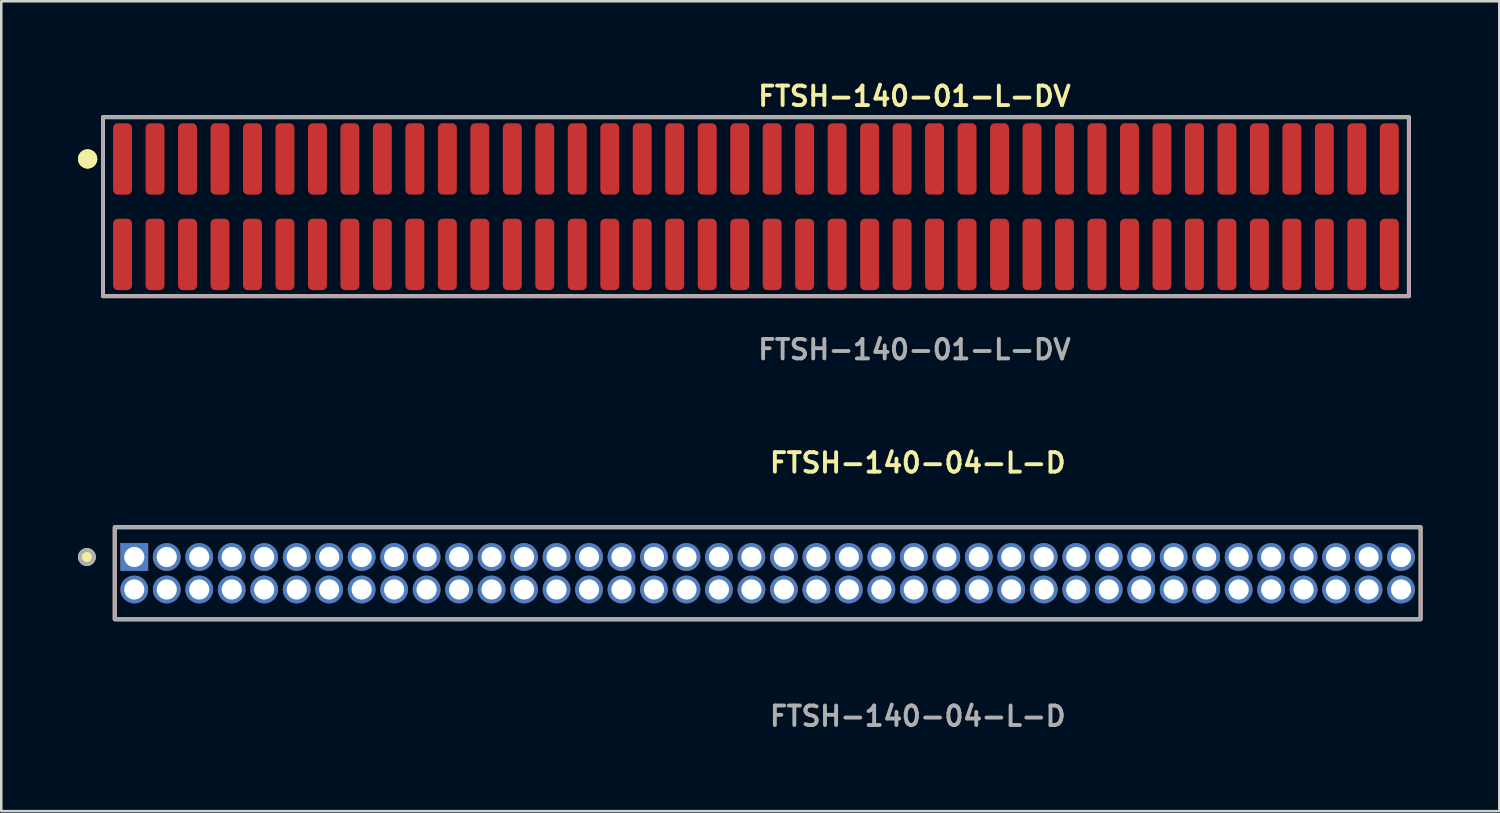
<source format=kicad_pcb>
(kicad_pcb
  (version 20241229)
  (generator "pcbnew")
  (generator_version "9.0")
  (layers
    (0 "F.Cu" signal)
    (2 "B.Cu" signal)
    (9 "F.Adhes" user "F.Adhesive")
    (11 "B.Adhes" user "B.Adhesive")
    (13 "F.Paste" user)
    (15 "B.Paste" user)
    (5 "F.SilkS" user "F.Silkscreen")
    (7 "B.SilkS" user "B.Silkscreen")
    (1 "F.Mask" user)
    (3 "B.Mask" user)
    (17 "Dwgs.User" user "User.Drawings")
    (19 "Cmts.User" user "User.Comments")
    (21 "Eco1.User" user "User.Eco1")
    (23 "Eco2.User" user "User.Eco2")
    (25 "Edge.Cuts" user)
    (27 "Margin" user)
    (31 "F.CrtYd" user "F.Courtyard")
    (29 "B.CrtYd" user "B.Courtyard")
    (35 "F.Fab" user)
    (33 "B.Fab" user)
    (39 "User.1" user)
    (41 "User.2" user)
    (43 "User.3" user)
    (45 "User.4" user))
  (footprint "FTSH-140-04-L-D"
    (layer "F.Cu")
    (at 26.965 19.364)
    (property "Reference" "FTSH-140-04-L-D" (at 0 -4.318 0) (unlocked yes) (layer "F.SilkS") (effects (font (size 0.762 0.762) (thickness 0.152)) (justify left)))
    (fp_rect (start -25.53 1.8) (end 25.53 -1.8) (stroke (width 0.152) (type solid)) (fill no) (layer "F.SilkS"))
    (fp_circle (center -26.617 -0.635) (end -26.889 -0.635) (stroke (width 0.152) (type solid)) (fill yes) (layer "F.SilkS"))
    (fp_rect (start -25.53 1.8) (end 25.53 -1.8) (stroke (width 0.006) (type solid)) (fill no) (layer "F.CrtYd"))
    (fp_rect (start -25.53 1.8) (end 25.53 -1.8) (stroke (width 0.152) (type solid)) (fill no) (layer "F.Fab"))
    (fp_circle (center -26.617 -0.635) (end -26.889 -0.635) (stroke (width 0.152) (type solid)) (fill no) (layer "F.Fab"))
    (fp_text user "${REFERENCE}" (at 0 5.588 0) (unlocked yes) (layer "F.Fab") (effects (font (size 0.762 0.762) (thickness 0.152)) (justify left)))
    (pad "1" thru_hole rect (at -24.765 -0.635) (size 1.087 1.087) (drill 0.787) (layers "*.Cu" "*.Mask"))
    (pad "2" thru_hole circle (at -24.765 0.635) (size 1.087 1.087) (drill 0.787) (layers "*.Cu" "*.Mask"))
    (pad "3" thru_hole circle (at -23.495 -0.635) (size 1.087 1.087) (drill 0.787) (layers "*.Cu" "*.Mask"))
    (pad "4" thru_hole circle (at -23.495 0.635) (size 1.087 1.087) (drill 0.787) (layers "*.Cu" "*.Mask"))
    (pad "5" thru_hole circle (at -22.225 -0.635) (size 1.087 1.087) (drill 0.787) (layers "*.Cu" "*.Mask"))
    (pad "6" thru_hole circle (at -22.225 0.635) (size 1.087 1.087) (drill 0.787) (layers "*.Cu" "*.Mask"))
    (pad "7" thru_hole circle (at -20.955 -0.635) (size 1.087 1.087) (drill 0.787) (layers "*.Cu" "*.Mask"))
    (pad "8" thru_hole circle (at -20.955 0.635) (size 1.087 1.087) (drill 0.787) (layers "*.Cu" "*.Mask"))
    (pad "9" thru_hole circle (at -19.685 -0.635) (size 1.087 1.087) (drill 0.787) (layers "*.Cu" "*.Mask"))
    (pad "10" thru_hole circle (at -19.685 0.635) (size 1.087 1.087) (drill 0.787) (layers "*.Cu" "*.Mask"))
    (pad "11" thru_hole circle (at -18.415 -0.635) (size 1.087 1.087) (drill 0.787) (layers "*.Cu" "*.Mask"))
    (pad "12" thru_hole circle (at -18.415 0.635) (size 1.087 1.087) (drill 0.787) (layers "*.Cu" "*.Mask"))
    (pad "13" thru_hole circle (at -17.145 -0.635) (size 1.087 1.087) (drill 0.787) (layers "*.Cu" "*.Mask"))
    (pad "14" thru_hole circle (at -17.145 0.635) (size 1.087 1.087) (drill 0.787) (layers "*.Cu" "*.Mask"))
    (pad "15" thru_hole circle (at -15.875 -0.635) (size 1.087 1.087) (drill 0.787) (layers "*.Cu" "*.Mask"))
    (pad "16" thru_hole circle (at -15.875 0.635) (size 1.087 1.087) (drill 0.787) (layers "*.Cu" "*.Mask"))
    (pad "17" thru_hole circle (at -14.605 -0.635) (size 1.087 1.087) (drill 0.787) (layers "*.Cu" "*.Mask"))
    (pad "18" thru_hole circle (at -14.605 0.635) (size 1.087 1.087) (drill 0.787) (layers "*.Cu" "*.Mask"))
    (pad "19" thru_hole circle (at -13.335 -0.635) (size 1.087 1.087) (drill 0.787) (layers "*.Cu" "*.Mask"))
    (pad "20" thru_hole circle (at -13.335 0.635) (size 1.087 1.087) (drill 0.787) (layers "*.Cu" "*.Mask"))
    (pad "21" thru_hole circle (at -12.065 -0.635) (size 1.087 1.087) (drill 0.787) (layers "*.Cu" "*.Mask"))
    (pad "22" thru_hole circle (at -12.065 0.635) (size 1.087 1.087) (drill 0.787) (layers "*.Cu" "*.Mask"))
    (pad "23" thru_hole circle (at -10.795 -0.635) (size 1.087 1.087) (drill 0.787) (layers "*.Cu" "*.Mask"))
    (pad "24" thru_hole circle (at -10.795 0.635) (size 1.087 1.087) (drill 0.787) (layers "*.Cu" "*.Mask"))
    (pad "25" thru_hole circle (at -9.525 -0.635) (size 1.087 1.087) (drill 0.787) (layers "*.Cu" "*.Mask"))
    (pad "26" thru_hole circle (at -9.525 0.635) (size 1.087 1.087) (drill 0.787) (layers "*.Cu" "*.Mask"))
    (pad "27" thru_hole circle (at -8.255 -0.635) (size 1.087 1.087) (drill 0.787) (layers "*.Cu" "*.Mask"))
    (pad "28" thru_hole circle (at -8.255 0.635) (size 1.087 1.087) (drill 0.787) (layers "*.Cu" "*.Mask"))
    (pad "29" thru_hole circle (at -6.985 -0.635) (size 1.087 1.087) (drill 0.787) (layers "*.Cu" "*.Mask"))
    (pad "30" thru_hole circle (at -6.985 0.635) (size 1.087 1.087) (drill 0.787) (layers "*.Cu" "*.Mask"))
    (pad "31" thru_hole circle (at -5.715 -0.635) (size 1.087 1.087) (drill 0.787) (layers "*.Cu" "*.Mask"))
    (pad "32" thru_hole circle (at -5.715 0.635) (size 1.087 1.087) (drill 0.787) (layers "*.Cu" "*.Mask"))
    (pad "33" thru_hole circle (at -4.445 -0.635) (size 1.087 1.087) (drill 0.787) (layers "*.Cu" "*.Mask"))
    (pad "34" thru_hole circle (at -4.445 0.635) (size 1.087 1.087) (drill 0.787) (layers "*.Cu" "*.Mask"))
    (pad "35" thru_hole circle (at -3.175 -0.635) (size 1.087 1.087) (drill 0.787) (layers "*.Cu" "*.Mask"))
    (pad "36" thru_hole circle (at -3.175 0.635) (size 1.087 1.087) (drill 0.787) (layers "*.Cu" "*.Mask"))
    (pad "37" thru_hole circle (at -1.905 -0.635) (size 1.087 1.087) (drill 0.787) (layers "*.Cu" "*.Mask"))
    (pad "38" thru_hole circle (at -1.905 0.635) (size 1.087 1.087) (drill 0.787) (layers "*.Cu" "*.Mask"))
    (pad "39" thru_hole circle (at -0.635 -0.635) (size 1.087 1.087) (drill 0.787) (layers "*.Cu" "*.Mask"))
    (pad "40" thru_hole circle (at -0.635 0.635) (size 1.087 1.087) (drill 0.787) (layers "*.Cu" "*.Mask"))
    (pad "41" thru_hole circle (at 0.635 -0.635) (size 1.087 1.087) (drill 0.787) (layers "*.Cu" "*.Mask"))
    (pad "42" thru_hole circle (at 0.635 0.635) (size 1.087 1.087) (drill 0.787) (layers "*.Cu" "*.Mask"))
    (pad "43" thru_hole circle (at 1.905 -0.635) (size 1.087 1.087) (drill 0.787) (layers "*.Cu" "*.Mask"))
    (pad "44" thru_hole circle (at 1.905 0.635) (size 1.087 1.087) (drill 0.787) (layers "*.Cu" "*.Mask"))
    (pad "45" thru_hole circle (at 3.175 -0.635) (size 1.087 1.087) (drill 0.787) (layers "*.Cu" "*.Mask"))
    (pad "46" thru_hole circle (at 3.175 0.635) (size 1.087 1.087) (drill 0.787) (layers "*.Cu" "*.Mask"))
    (pad "47" thru_hole circle (at 4.445 -0.635) (size 1.087 1.087) (drill 0.787) (layers "*.Cu" "*.Mask"))
    (pad "48" thru_hole circle (at 4.445 0.635) (size 1.087 1.087) (drill 0.787) (layers "*.Cu" "*.Mask"))
    (pad "49" thru_hole circle (at 5.715 -0.635) (size 1.087 1.087) (drill 0.787) (layers "*.Cu" "*.Mask"))
    (pad "50" thru_hole circle (at 5.715 0.635) (size 1.087 1.087) (drill 0.787) (layers "*.Cu" "*.Mask"))
    (pad "51" thru_hole circle (at 6.985 -0.635) (size 1.087 1.087) (drill 0.787) (layers "*.Cu" "*.Mask"))
    (pad "52" thru_hole circle (at 6.985 0.635) (size 1.087 1.087) (drill 0.787) (layers "*.Cu" "*.Mask"))
    (pad "53" thru_hole circle (at 8.255 -0.635) (size 1.087 1.087) (drill 0.787) (layers "*.Cu" "*.Mask"))
    (pad "54" thru_hole circle (at 8.255 0.635) (size 1.087 1.087) (drill 0.787) (layers "*.Cu" "*.Mask"))
    (pad "55" thru_hole circle (at 9.525 -0.635) (size 1.087 1.087) (drill 0.787) (layers "*.Cu" "*.Mask"))
    (pad "56" thru_hole circle (at 9.525 0.635) (size 1.087 1.087) (drill 0.787) (layers "*.Cu" "*.Mask"))
    (pad "57" thru_hole circle (at 10.795 -0.635) (size 1.087 1.087) (drill 0.787) (layers "*.Cu" "*.Mask"))
    (pad "58" thru_hole circle (at 10.795 0.635) (size 1.087 1.087) (drill 0.787) (layers "*.Cu" "*.Mask"))
    (pad "59" thru_hole circle (at 12.065 -0.635) (size 1.087 1.087) (drill 0.787) (layers "*.Cu" "*.Mask"))
    (pad "60" thru_hole circle (at 12.065 0.635) (size 1.087 1.087) (drill 0.787) (layers "*.Cu" "*.Mask"))
    (pad "61" thru_hole circle (at 13.335 -0.635) (size 1.087 1.087) (drill 0.787) (layers "*.Cu" "*.Mask"))
    (pad "62" thru_hole circle (at 13.335 0.635) (size 1.087 1.087) (drill 0.787) (layers "*.Cu" "*.Mask"))
    (pad "63" thru_hole circle (at 14.605 -0.635) (size 1.087 1.087) (drill 0.787) (layers "*.Cu" "*.Mask"))
    (pad "64" thru_hole circle (at 14.605 0.635) (size 1.087 1.087) (drill 0.787) (layers "*.Cu" "*.Mask"))
    (pad "65" thru_hole circle (at 15.875 -0.635) (size 1.087 1.087) (drill 0.787) (layers "*.Cu" "*.Mask"))
    (pad "66" thru_hole circle (at 15.875 0.635) (size 1.087 1.087) (drill 0.787) (layers "*.Cu" "*.Mask"))
    (pad "67" thru_hole circle (at 17.145 -0.635) (size 1.087 1.087) (drill 0.787) (layers "*.Cu" "*.Mask"))
    (pad "68" thru_hole circle (at 17.145 0.635) (size 1.087 1.087) (drill 0.787) (layers "*.Cu" "*.Mask"))
    (pad "69" thru_hole circle (at 18.415 -0.635) (size 1.087 1.087) (drill 0.787) (layers "*.Cu" "*.Mask"))
    (pad "70" thru_hole circle (at 18.415 0.635) (size 1.087 1.087) (drill 0.787) (layers "*.Cu" "*.Mask"))
    (pad "71" thru_hole circle (at 19.685 -0.635) (size 1.087 1.087) (drill 0.787) (layers "*.Cu" "*.Mask"))
    (pad "72" thru_hole circle (at 19.685 0.635) (size 1.087 1.087) (drill 0.787) (layers "*.Cu" "*.Mask"))
    (pad "73" thru_hole circle (at 20.955 -0.635) (size 1.087 1.087) (drill 0.787) (layers "*.Cu" "*.Mask"))
    (pad "74" thru_hole circle (at 20.955 0.635) (size 1.087 1.087) (drill 0.787) (layers "*.Cu" "*.Mask"))
    (pad "75" thru_hole circle (at 22.225 -0.635) (size 1.087 1.087) (drill 0.787) (layers "*.Cu" "*.Mask"))
    (pad "76" thru_hole circle (at 22.225 0.635) (size 1.087 1.087) (drill 0.787) (layers "*.Cu" "*.Mask"))
    (pad "77" thru_hole circle (at 23.495 -0.635) (size 1.087 1.087) (drill 0.787) (layers "*.Cu" "*.Mask"))
    (pad "78" thru_hole circle (at 23.495 0.635) (size 1.087 1.087) (drill 0.787) (layers "*.Cu" "*.Mask"))
    (pad "79" thru_hole circle (at 24.765 -0.635) (size 1.087 1.087) (drill 0.787) (layers "*.Cu" "*.Mask"))
    (pad "80" thru_hole circle (at 24.765 0.635) (size 1.087 1.087) (drill 0.787) (layers "*.Cu" "*.Mask")))
  (footprint "FTSH-140-01-L-DV"
    (layer "F.Cu")
    (at 26.506 5.031)
    (property "Reference" "FTSH-140-01-L-DV" (at 0 -4.318 0) (unlocked yes) (layer "F.SilkS") (effects (font (size 0.762 0.762) (thickness 0.152)) (justify left)))
    (fp_rect (start -25.53 3.5) (end 25.53 -3.5) (stroke (width 0.152) (type solid)) (fill no) (layer "F.SilkS"))
    (fp_circle (center -26.13 -1.867) (end -26.43 -1.867) (stroke (width 0.152) (type solid)) (fill yes) (layer "F.SilkS"))
    (fp_circle (center -26.13 -1.867) (end -26.43 -1.867) (stroke (width 0.152) (type solid)) (fill yes) (layer "F.SilkS"))
    (fp_rect (start -25.53 3.5) (end 25.53 -3.5) (stroke (width 0.006) (type solid)) (fill no) (layer "F.CrtYd"))
    (fp_rect (start -25.53 3.5) (end 25.53 -3.5) (stroke (width 0.152) (type solid)) (fill no) (layer "F.Fab"))
    (fp_text user "${REFERENCE}" (at 0 5.588 0) (unlocked yes) (layer "F.Fab") (effects (font (size 0.762 0.762) (thickness 0.152)) (justify left)))
    (pad "1" smd roundrect (at -24.765 -1.867) (size 0.74 2.79) (layers "F.Cu" "F.Paste") (roundrect_rratio 0.25))
    (pad "2" smd roundrect (at -24.765 1.867) (size 0.74 2.79) (layers "F.Cu" "F.Paste") (roundrect_rratio 0.25))
    (pad "3" smd roundrect (at -23.495 -1.867) (size 0.74 2.79) (layers "F.Cu" "F.Paste") (roundrect_rratio 0.25))
    (pad "4" smd roundrect (at -23.495 1.867) (size 0.74 2.79) (layers "F.Cu" "F.Paste") (roundrect_rratio 0.25))
    (pad "5" smd roundrect (at -22.225 -1.867) (size 0.74 2.79) (layers "F.Cu" "F.Paste") (roundrect_rratio 0.25))
    (pad "6" smd roundrect (at -22.225 1.867) (size 0.74 2.79) (layers "F.Cu" "F.Paste") (roundrect_rratio 0.25))
    (pad "7" smd roundrect (at -20.955 -1.867) (size 0.74 2.79) (layers "F.Cu" "F.Paste") (roundrect_rratio 0.25))
    (pad "8" smd roundrect (at -20.955 1.867) (size 0.74 2.79) (layers "F.Cu" "F.Paste") (roundrect_rratio 0.25))
    (pad "9" smd roundrect (at -19.685 -1.867) (size 0.74 2.79) (layers "F.Cu" "F.Paste") (roundrect_rratio 0.25))
    (pad "10" smd roundrect (at -19.685 1.867) (size 0.74 2.79) (layers "F.Cu" "F.Paste") (roundrect_rratio 0.25))
    (pad "11" smd roundrect (at -18.415 -1.867) (size 0.74 2.79) (layers "F.Cu" "F.Paste") (roundrect_rratio 0.25))
    (pad "12" smd roundrect (at -18.415 1.867) (size 0.74 2.79) (layers "F.Cu" "F.Paste") (roundrect_rratio 0.25))
    (pad "13" smd roundrect (at -17.145 -1.867) (size 0.74 2.79) (layers "F.Cu" "F.Paste") (roundrect_rratio 0.25))
    (pad "14" smd roundrect (at -17.145 1.867) (size 0.74 2.79) (layers "F.Cu" "F.Paste") (roundrect_rratio 0.25))
    (pad "15" smd roundrect (at -15.875 -1.867) (size 0.74 2.79) (layers "F.Cu" "F.Paste") (roundrect_rratio 0.25))
    (pad "16" smd roundrect (at -15.875 1.867) (size 0.74 2.79) (layers "F.Cu" "F.Paste") (roundrect_rratio 0.25))
    (pad "17" smd roundrect (at -14.605 -1.867) (size 0.74 2.79) (layers "F.Cu" "F.Paste") (roundrect_rratio 0.25))
    (pad "18" smd roundrect (at -14.605 1.867) (size 0.74 2.79) (layers "F.Cu" "F.Paste") (roundrect_rratio 0.25))
    (pad "19" smd roundrect (at -13.335 -1.867) (size 0.74 2.79) (layers "F.Cu" "F.Paste") (roundrect_rratio 0.25))
    (pad "20" smd roundrect (at -13.335 1.867) (size 0.74 2.79) (layers "F.Cu" "F.Paste") (roundrect_rratio 0.25))
    (pad "21" smd roundrect (at -12.065 -1.867) (size 0.74 2.79) (layers "F.Cu" "F.Paste") (roundrect_rratio 0.25))
    (pad "22" smd roundrect (at -12.065 1.867) (size 0.74 2.79) (layers "F.Cu" "F.Paste") (roundrect_rratio 0.25))
    (pad "23" smd roundrect (at -10.795 -1.867) (size 0.74 2.79) (layers "F.Cu" "F.Paste") (roundrect_rratio 0.25))
    (pad "24" smd roundrect (at -10.795 1.867) (size 0.74 2.79) (layers "F.Cu" "F.Paste") (roundrect_rratio 0.25))
    (pad "25" smd roundrect (at -9.525 -1.867) (size 0.74 2.79) (layers "F.Cu" "F.Paste") (roundrect_rratio 0.25))
    (pad "26" smd roundrect (at -9.525 1.867) (size 0.74 2.79) (layers "F.Cu" "F.Paste") (roundrect_rratio 0.25))
    (pad "27" smd roundrect (at -8.255 -1.867) (size 0.74 2.79) (layers "F.Cu" "F.Paste") (roundrect_rratio 0.25))
    (pad "28" smd roundrect (at -8.255 1.867) (size 0.74 2.79) (layers "F.Cu" "F.Paste") (roundrect_rratio 0.25))
    (pad "29" smd roundrect (at -6.985 -1.867) (size 0.74 2.79) (layers "F.Cu" "F.Paste") (roundrect_rratio 0.25))
    (pad "30" smd roundrect (at -6.985 1.867) (size 0.74 2.79) (layers "F.Cu" "F.Paste") (roundrect_rratio 0.25))
    (pad "31" smd roundrect (at -5.715 -1.867) (size 0.74 2.79) (layers "F.Cu" "F.Paste") (roundrect_rratio 0.25))
    (pad "32" smd roundrect (at -5.715 1.867) (size 0.74 2.79) (layers "F.Cu" "F.Paste") (roundrect_rratio 0.25))
    (pad "33" smd roundrect (at -4.445 -1.867) (size 0.74 2.79) (layers "F.Cu" "F.Paste") (roundrect_rratio 0.25))
    (pad "34" smd roundrect (at -4.445 1.867) (size 0.74 2.79) (layers "F.Cu" "F.Paste") (roundrect_rratio 0.25))
    (pad "35" smd roundrect (at -3.175 -1.867) (size 0.74 2.79) (layers "F.Cu" "F.Paste") (roundrect_rratio 0.25))
    (pad "36" smd roundrect (at -3.175 1.867) (size 0.74 2.79) (layers "F.Cu" "F.Paste") (roundrect_rratio 0.25))
    (pad "37" smd roundrect (at -1.905 -1.867) (size 0.74 2.79) (layers "F.Cu" "F.Paste") (roundrect_rratio 0.25))
    (pad "38" smd roundrect (at -1.905 1.867) (size 0.74 2.79) (layers "F.Cu" "F.Paste") (roundrect_rratio 0.25))
    (pad "39" smd roundrect (at -0.635 -1.867) (size 0.74 2.79) (layers "F.Cu" "F.Paste") (roundrect_rratio 0.25))
    (pad "40" smd roundrect (at -0.635 1.867) (size 0.74 2.79) (layers "F.Cu" "F.Paste") (roundrect_rratio 0.25))
    (pad "41" smd roundrect (at 0.635 -1.867) (size 0.74 2.79) (layers "F.Cu" "F.Paste") (roundrect_rratio 0.25))
    (pad "42" smd roundrect (at 0.635 1.867) (size 0.74 2.79) (layers "F.Cu" "F.Paste") (roundrect_rratio 0.25))
    (pad "43" smd roundrect (at 1.905 -1.867) (size 0.74 2.79) (layers "F.Cu" "F.Paste") (roundrect_rratio 0.25))
    (pad "44" smd roundrect (at 1.905 1.867) (size 0.74 2.79) (layers "F.Cu" "F.Paste") (roundrect_rratio 0.25))
    (pad "45" smd roundrect (at 3.175 -1.867) (size 0.74 2.79) (layers "F.Cu" "F.Paste") (roundrect_rratio 0.25))
    (pad "46" smd roundrect (at 3.175 1.867) (size 0.74 2.79) (layers "F.Cu" "F.Paste") (roundrect_rratio 0.25))
    (pad "47" smd roundrect (at 4.445 -1.867) (size 0.74 2.79) (layers "F.Cu" "F.Paste") (roundrect_rratio 0.25))
    (pad "48" smd roundrect (at 4.445 1.867) (size 0.74 2.79) (layers "F.Cu" "F.Paste") (roundrect_rratio 0.25))
    (pad "49" smd roundrect (at 5.715 -1.867) (size 0.74 2.79) (layers "F.Cu" "F.Paste") (roundrect_rratio 0.25))
    (pad "50" smd roundrect (at 5.715 1.867) (size 0.74 2.79) (layers "F.Cu" "F.Paste") (roundrect_rratio 0.25))
    (pad "51" smd roundrect (at 6.985 -1.867) (size 0.74 2.79) (layers "F.Cu" "F.Paste") (roundrect_rratio 0.25))
    (pad "52" smd roundrect (at 6.985 1.867) (size 0.74 2.79) (layers "F.Cu" "F.Paste") (roundrect_rratio 0.25))
    (pad "53" smd roundrect (at 8.255 -1.867) (size 0.74 2.79) (layers "F.Cu" "F.Paste") (roundrect_rratio 0.25))
    (pad "54" smd roundrect (at 8.255 1.867) (size 0.74 2.79) (layers "F.Cu" "F.Paste") (roundrect_rratio 0.25))
    (pad "55" smd roundrect (at 9.525 -1.867) (size 0.74 2.79) (layers "F.Cu" "F.Paste") (roundrect_rratio 0.25))
    (pad "56" smd roundrect (at 9.525 1.867) (size 0.74 2.79) (layers "F.Cu" "F.Paste") (roundrect_rratio 0.25))
    (pad "57" smd roundrect (at 10.795 -1.867) (size 0.74 2.79) (layers "F.Cu" "F.Paste") (roundrect_rratio 0.25))
    (pad "58" smd roundrect (at 10.795 1.867) (size 0.74 2.79) (layers "F.Cu" "F.Paste") (roundrect_rratio 0.25))
    (pad "59" smd roundrect (at 12.065 -1.867) (size 0.74 2.79) (layers "F.Cu" "F.Paste") (roundrect_rratio 0.25))
    (pad "60" smd roundrect (at 12.065 1.867) (size 0.74 2.79) (layers "F.Cu" "F.Paste") (roundrect_rratio 0.25))
    (pad "61" smd roundrect (at 13.335 -1.867) (size 0.74 2.79) (layers "F.Cu" "F.Paste") (roundrect_rratio 0.25))
    (pad "62" smd roundrect (at 13.335 1.867) (size 0.74 2.79) (layers "F.Cu" "F.Paste") (roundrect_rratio 0.25))
    (pad "63" smd roundrect (at 14.605 -1.867) (size 0.74 2.79) (layers "F.Cu" "F.Paste") (roundrect_rratio 0.25))
    (pad "64" smd roundrect (at 14.605 1.867) (size 0.74 2.79) (layers "F.Cu" "F.Paste") (roundrect_rratio 0.25))
    (pad "65" smd roundrect (at 15.875 -1.867) (size 0.74 2.79) (layers "F.Cu" "F.Paste") (roundrect_rratio 0.25))
    (pad "66" smd roundrect (at 15.875 1.867) (size 0.74 2.79) (layers "F.Cu" "F.Paste") (roundrect_rratio 0.25))
    (pad "67" smd roundrect (at 17.145 -1.867) (size 0.74 2.79) (layers "F.Cu" "F.Paste") (roundrect_rratio 0.25))
    (pad "68" smd roundrect (at 17.145 1.867) (size 0.74 2.79) (layers "F.Cu" "F.Paste") (roundrect_rratio 0.25))
    (pad "69" smd roundrect (at 18.415 -1.867) (size 0.74 2.79) (layers "F.Cu" "F.Paste") (roundrect_rratio 0.25))
    (pad "70" smd roundrect (at 18.415 1.867) (size 0.74 2.79) (layers "F.Cu" "F.Paste") (roundrect_rratio 0.25))
    (pad "71" smd roundrect (at 19.685 -1.867) (size 0.74 2.79) (layers "F.Cu" "F.Paste") (roundrect_rratio 0.25))
    (pad "72" smd roundrect (at 19.685 1.867) (size 0.74 2.79) (layers "F.Cu" "F.Paste") (roundrect_rratio 0.25))
    (pad "73" smd roundrect (at 20.955 -1.867) (size 0.74 2.79) (layers "F.Cu" "F.Paste") (roundrect_rratio 0.25))
    (pad "74" smd roundrect (at 20.955 1.867) (size 0.74 2.79) (layers "F.Cu" "F.Paste") (roundrect_rratio 0.25))
    (pad "75" smd roundrect (at 22.225 -1.867) (size 0.74 2.79) (layers "F.Cu" "F.Paste") (roundrect_rratio 0.25))
    (pad "76" smd roundrect (at 22.225 1.867) (size 0.74 2.79) (layers "F.Cu" "F.Paste") (roundrect_rratio 0.25))
    (pad "77" smd roundrect (at 23.495 -1.867) (size 0.74 2.79) (layers "F.Cu" "F.Paste") (roundrect_rratio 0.25))
    (pad "78" smd roundrect (at 23.495 1.867) (size 0.74 2.79) (layers "F.Cu" "F.Paste") (roundrect_rratio 0.25))
    (pad "79" smd roundrect (at 24.765 -1.867) (size 0.74 2.79) (layers "F.Cu" "F.Paste") (roundrect_rratio 0.25))
    (pad "80" smd roundrect (at 24.765 1.867) (size 0.74 2.79) (layers "F.Cu" "F.Paste") (roundrect_rratio 0.25)))
  (gr_rect
    (start -3 -3)
    (end 55.572 28.665)
    (stroke (width 0.1) (type default))
    (fill no)
    (layer "Edge.Cuts")))
</source>
